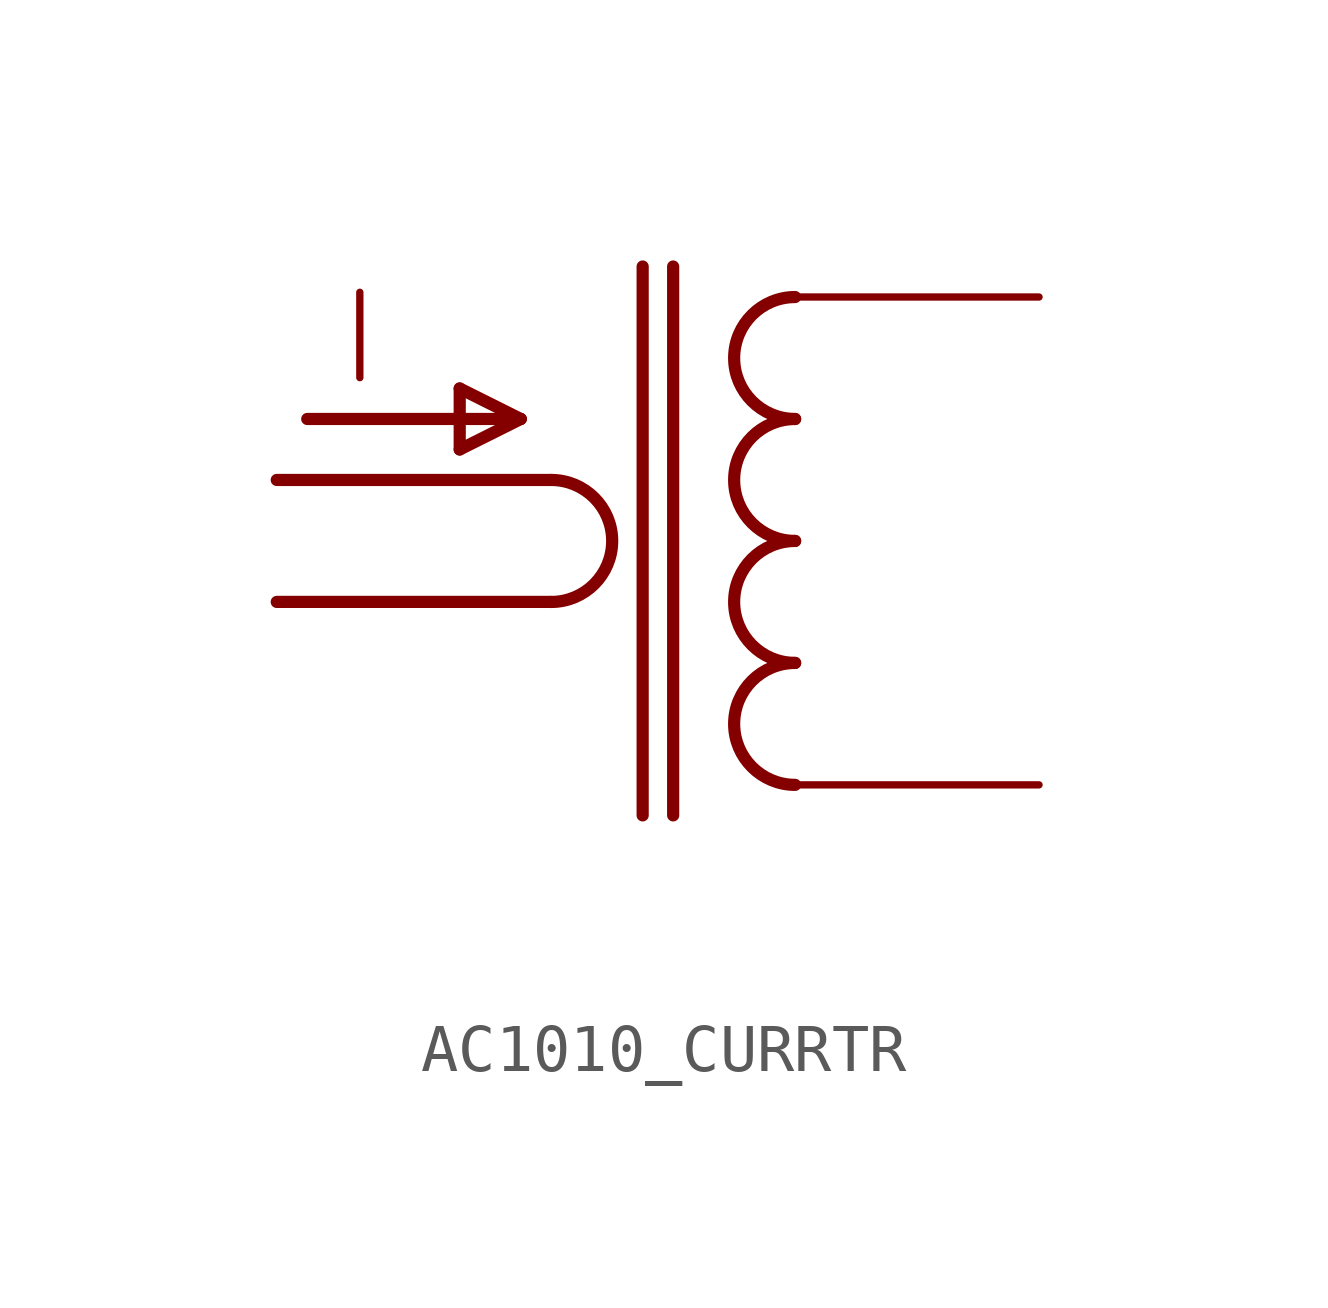
<source format=kicad_sym>
(kicad_symbol_lib
  (version 20231120)
  (generator "kicad_symbol_editor")
  (generator_version "8.0")
  (symbol "AC1010_CURRTR"
    (property "Reference" ""
      (at -2.54 6.35 0)
      (effects (font (size 1.778 1.511)) (justify left bottom) (hide yes)))
    (property "Value" ""
      (at -2.54 -8.255 0)
      (effects (font (size 1.778 1.511)) (justify left bottom)))
    (property "ki_locked" ""
      (at 0 0 0)
      (effects (font (size 1.27 1.27))))
    (symbol "AC1010_CURRTR_1_0"
      (arc (start 0 -1.27) (mid 1.27 0) (end 0 1.27) (stroke (width 0.254) (type solid)) (fill (type none)))
      (polyline (pts (xy -5.08 2.54) (xy -0.635 2.54)) (stroke (width 0.254) (type solid)) (fill (type none)))
      (polyline (pts (xy -1.905 1.905) (xy -0.635 2.54)) (stroke (width 0.254) (type solid)) (fill (type none)))
      (polyline (pts (xy -1.905 3.175) (xy -1.905 1.905)) (stroke (width 0.254) (type solid)) (fill (type none)))
      (polyline (pts (xy -0.635 2.54) (xy -1.905 3.175)) (stroke (width 0.254) (type solid)) (fill (type none)))
      (polyline (pts (xy 0 -1.27) (xy -5.715 -1.27)) (stroke (width 0.254) (type solid)) (fill (type none)))
      (polyline (pts (xy 0 1.27) (xy -5.715 1.27)) (stroke (width 0.254) (type solid)) (fill (type none)))
      (polyline (pts (xy 1.905 -5.715) (xy 1.905 5.715)) (stroke (width 0.254) (type solid)) (fill (type none)))
      (polyline (pts (xy 2.54 -5.715) (xy 2.54 5.715)) (stroke (width 0.254) (type solid)) (fill (type none)))
      (arc (start 5.08 -2.54) (mid 3.81 -3.81) (end 5.08 -5.08) (stroke (width 0.254) (type solid)) (fill (type none)))
      (arc (start 5.08 0) (mid 3.81 -1.27) (end 5.08 -2.54) (stroke (width 0.254) (type solid)) (fill (type none)))
      (arc (start 5.08 2.54) (mid 3.81 1.27) (end 5.08 0) (stroke (width 0.254) (type solid)) (fill (type none)))
      (arc (start 5.08 5.08) (mid 3.81 3.81) (end 5.08 2.54) (stroke (width 0.254) (type solid)) (fill (type none)))
      (text "I" (at -4.445 3.175 0) (effects (font (size 1.778 1.511)) (justify left bottom)))
      (pin bidirectional line (at 10.16 5.08 180) (length 5.08) (name "P$1" (effects (font (size 0 0)))) (number "1" (effects (font (size 0 0)))))
      (pin bidirectional line (at 10.16 -5.08 180) (length 5.08) (name "P$2" (effects (font (size 0 0)))) (number "2" (effects (font (size 0 0))))))))
</source>
